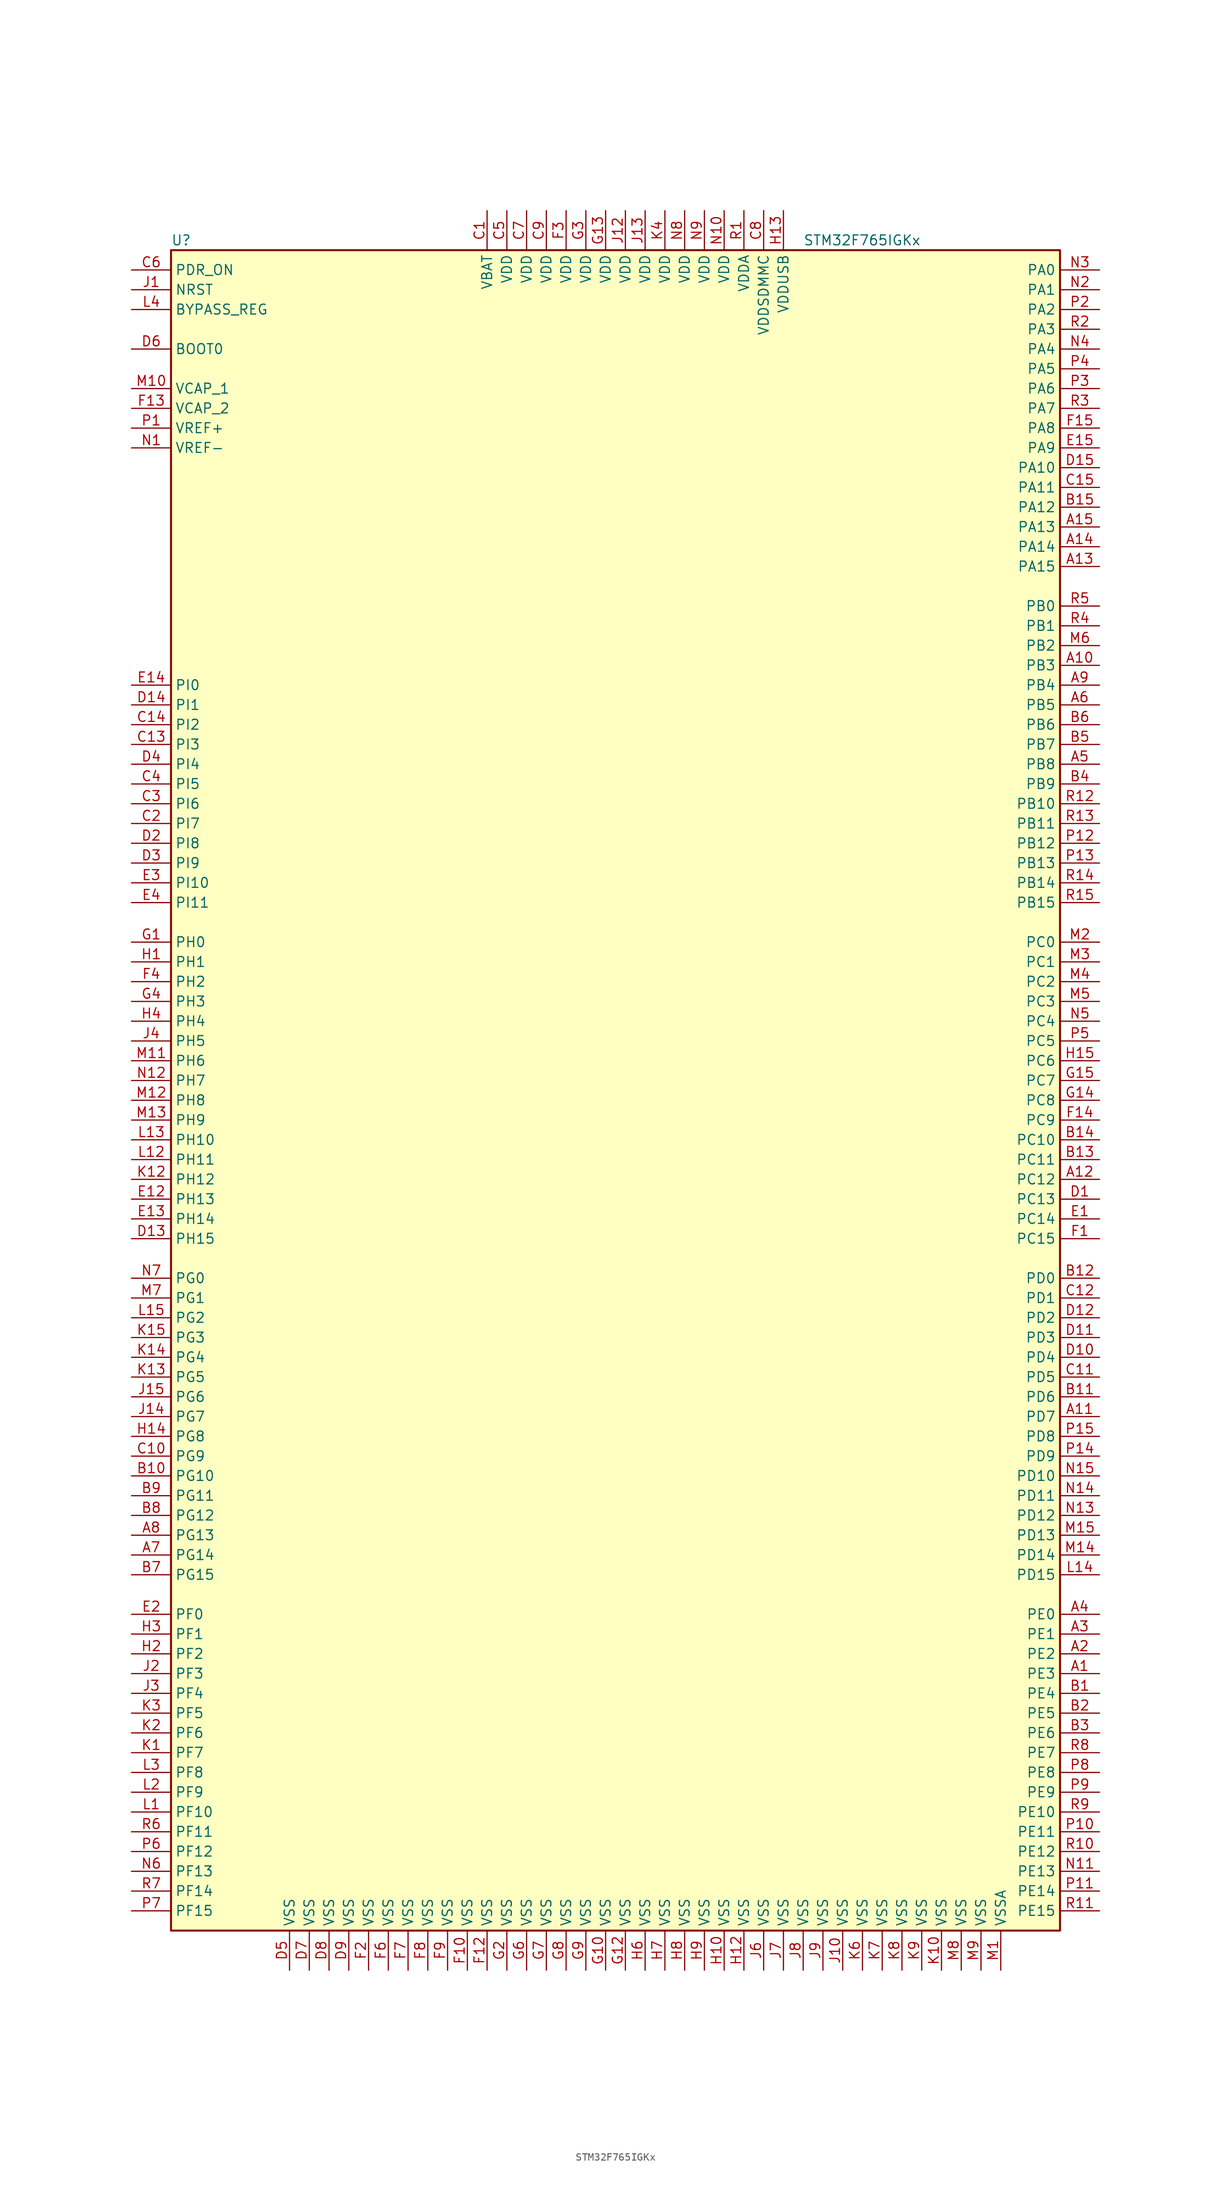
<source format=kicad_sym>
(kicad_symbol_lib
  (version 20201005)
  (generator kicad_symbol_editor)
  (symbol "MCU_ST_STM32F7:STM32F765IGKx"
    (property "Reference" "U"
      (at -58.42 107.95 0)
      (effects (font (size 1.27 1.27)) (justify left)))
    (property "Value" "STM32F765IGKx"
      (at 22.86 107.95 0)
      (effects (font (size 1.27 1.27)) (justify left)))
    (symbol "STM32F765IGKx_0_1"
      (rectangle (start -58.42 -109.22) (end 55.88 106.68) (stroke (width 0.254)) (fill (type background))))
    (symbol "STM32F765IGKx_1_1"
      (pin input line (at -63.5 93.98 0) (length 5.08) (name "BOOT0" (effects (font (size 1.27 1.27)))) (number "D6" (effects (font (size 1.27 1.27)))))
      (pin input line (at -63.5 99.06 0) (length 5.08) (name "BYPASS_REG" (effects (font (size 1.27 1.27)))) (number "L4" (effects (font (size 1.27 1.27)))))
      (pin input line (at -63.5 101.6 0) (length 5.08) (name "NRST" (effects (font (size 1.27 1.27)))) (number "J1" (effects (font (size 1.27 1.27)))))
      (pin bidirectional line (at 60.96 104.14 180) (length 5.08) (name "PA0" (effects (font (size 1.27 1.27)))) (number "N3" (effects (font (size 1.27 1.27)))))
      (pin bidirectional line (at 60.96 101.6 180) (length 5.08) (name "PA1" (effects (font (size 1.27 1.27)))) (number "N2" (effects (font (size 1.27 1.27)))))
      (pin bidirectional line (at 60.96 78.74 180) (length 5.08) (name "PA10" (effects (font (size 1.27 1.27)))) (number "D15" (effects (font (size 1.27 1.27)))))
      (pin bidirectional line (at 60.96 76.2 180) (length 5.08) (name "PA11" (effects (font (size 1.27 1.27)))) (number "C15" (effects (font (size 1.27 1.27)))))
      (pin bidirectional line (at 60.96 73.66 180) (length 5.08) (name "PA12" (effects (font (size 1.27 1.27)))) (number "B15" (effects (font (size 1.27 1.27)))))
      (pin bidirectional line (at 60.96 71.12 180) (length 5.08) (name "PA13" (effects (font (size 1.27 1.27)))) (number "A15" (effects (font (size 1.27 1.27)))))
      (pin bidirectional line (at 60.96 68.58 180) (length 5.08) (name "PA14" (effects (font (size 1.27 1.27)))) (number "A14" (effects (font (size 1.27 1.27)))))
      (pin bidirectional line (at 60.96 66.04 180) (length 5.08) (name "PA15" (effects (font (size 1.27 1.27)))) (number "A13" (effects (font (size 1.27 1.27)))))
      (pin bidirectional line (at 60.96 99.06 180) (length 5.08) (name "PA2" (effects (font (size 1.27 1.27)))) (number "P2" (effects (font (size 1.27 1.27)))))
      (pin bidirectional line (at 60.96 96.52 180) (length 5.08) (name "PA3" (effects (font (size 1.27 1.27)))) (number "R2" (effects (font (size 1.27 1.27)))))
      (pin bidirectional line (at 60.96 93.98 180) (length 5.08) (name "PA4" (effects (font (size 1.27 1.27)))) (number "N4" (effects (font (size 1.27 1.27)))))
      (pin bidirectional line (at 60.96 91.44 180) (length 5.08) (name "PA5" (effects (font (size 1.27 1.27)))) (number "P4" (effects (font (size 1.27 1.27)))))
      (pin bidirectional line (at 60.96 88.9 180) (length 5.08) (name "PA6" (effects (font (size 1.27 1.27)))) (number "P3" (effects (font (size 1.27 1.27)))))
      (pin bidirectional line (at 60.96 86.36 180) (length 5.08) (name "PA7" (effects (font (size 1.27 1.27)))) (number "R3" (effects (font (size 1.27 1.27)))))
      (pin bidirectional line (at 60.96 83.82 180) (length 5.08) (name "PA8" (effects (font (size 1.27 1.27)))) (number "F15" (effects (font (size 1.27 1.27)))))
      (pin bidirectional line (at 60.96 81.28 180) (length 5.08) (name "PA9" (effects (font (size 1.27 1.27)))) (number "E15" (effects (font (size 1.27 1.27)))))
      (pin bidirectional line (at 60.96 60.96 180) (length 5.08) (name "PB0" (effects (font (size 1.27 1.27)))) (number "R5" (effects (font (size 1.27 1.27)))))
      (pin bidirectional line (at 60.96 58.42 180) (length 5.08) (name "PB1" (effects (font (size 1.27 1.27)))) (number "R4" (effects (font (size 1.27 1.27)))))
      (pin bidirectional line (at 60.96 35.56 180) (length 5.08) (name "PB10" (effects (font (size 1.27 1.27)))) (number "R12" (effects (font (size 1.27 1.27)))))
      (pin bidirectional line (at 60.96 33.02 180) (length 5.08) (name "PB11" (effects (font (size 1.27 1.27)))) (number "R13" (effects (font (size 1.27 1.27)))))
      (pin bidirectional line (at 60.96 30.48 180) (length 5.08) (name "PB12" (effects (font (size 1.27 1.27)))) (number "P12" (effects (font (size 1.27 1.27)))))
      (pin bidirectional line (at 60.96 27.94 180) (length 5.08) (name "PB13" (effects (font (size 1.27 1.27)))) (number "P13" (effects (font (size 1.27 1.27)))))
      (pin bidirectional line (at 60.96 25.4 180) (length 5.08) (name "PB14" (effects (font (size 1.27 1.27)))) (number "R14" (effects (font (size 1.27 1.27)))))
      (pin bidirectional line (at 60.96 22.86 180) (length 5.08) (name "PB15" (effects (font (size 1.27 1.27)))) (number "R15" (effects (font (size 1.27 1.27)))))
      (pin bidirectional line (at 60.96 55.88 180) (length 5.08) (name "PB2" (effects (font (size 1.27 1.27)))) (number "M6" (effects (font (size 1.27 1.27)))))
      (pin bidirectional line (at 60.96 53.34 180) (length 5.08) (name "PB3" (effects (font (size 1.27 1.27)))) (number "A10" (effects (font (size 1.27 1.27)))))
      (pin bidirectional line (at 60.96 50.8 180) (length 5.08) (name "PB4" (effects (font (size 1.27 1.27)))) (number "A9" (effects (font (size 1.27 1.27)))))
      (pin bidirectional line (at 60.96 48.26 180) (length 5.08) (name "PB5" (effects (font (size 1.27 1.27)))) (number "A6" (effects (font (size 1.27 1.27)))))
      (pin bidirectional line (at 60.96 45.72 180) (length 5.08) (name "PB6" (effects (font (size 1.27 1.27)))) (number "B6" (effects (font (size 1.27 1.27)))))
      (pin bidirectional line (at 60.96 43.18 180) (length 5.08) (name "PB7" (effects (font (size 1.27 1.27)))) (number "B5" (effects (font (size 1.27 1.27)))))
      (pin bidirectional line (at 60.96 40.64 180) (length 5.08) (name "PB8" (effects (font (size 1.27 1.27)))) (number "A5" (effects (font (size 1.27 1.27)))))
      (pin bidirectional line (at 60.96 38.1 180) (length 5.08) (name "PB9" (effects (font (size 1.27 1.27)))) (number "B4" (effects (font (size 1.27 1.27)))))
      (pin bidirectional line (at 60.96 17.78 180) (length 5.08) (name "PC0" (effects (font (size 1.27 1.27)))) (number "M2" (effects (font (size 1.27 1.27)))))
      (pin bidirectional line (at 60.96 15.24 180) (length 5.08) (name "PC1" (effects (font (size 1.27 1.27)))) (number "M3" (effects (font (size 1.27 1.27)))))
      (pin bidirectional line (at 60.96 -7.62 180) (length 5.08) (name "PC10" (effects (font (size 1.27 1.27)))) (number "B14" (effects (font (size 1.27 1.27)))))
      (pin bidirectional line (at 60.96 -10.16 180) (length 5.08) (name "PC11" (effects (font (size 1.27 1.27)))) (number "B13" (effects (font (size 1.27 1.27)))))
      (pin bidirectional line (at 60.96 -12.7 180) (length 5.08) (name "PC12" (effects (font (size 1.27 1.27)))) (number "A12" (effects (font (size 1.27 1.27)))))
      (pin bidirectional line (at 60.96 -15.24 180) (length 5.08) (name "PC13" (effects (font (size 1.27 1.27)))) (number "D1" (effects (font (size 1.27 1.27)))))
      (pin bidirectional line (at 60.96 -17.78 180) (length 5.08) (name "PC14" (effects (font (size 1.27 1.27)))) (number "E1" (effects (font (size 1.27 1.27)))))
      (pin bidirectional line (at 60.96 -20.32 180) (length 5.08) (name "PC15" (effects (font (size 1.27 1.27)))) (number "F1" (effects (font (size 1.27 1.27)))))
      (pin bidirectional line (at 60.96 12.7 180) (length 5.08) (name "PC2" (effects (font (size 1.27 1.27)))) (number "M4" (effects (font (size 1.27 1.27)))))
      (pin bidirectional line (at 60.96 10.16 180) (length 5.08) (name "PC3" (effects (font (size 1.27 1.27)))) (number "M5" (effects (font (size 1.27 1.27)))))
      (pin bidirectional line (at 60.96 7.62 180) (length 5.08) (name "PC4" (effects (font (size 1.27 1.27)))) (number "N5" (effects (font (size 1.27 1.27)))))
      (pin bidirectional line (at 60.96 5.08 180) (length 5.08) (name "PC5" (effects (font (size 1.27 1.27)))) (number "P5" (effects (font (size 1.27 1.27)))))
      (pin bidirectional line (at 60.96 2.54 180) (length 5.08) (name "PC6" (effects (font (size 1.27 1.27)))) (number "H15" (effects (font (size 1.27 1.27)))))
      (pin bidirectional line (at 60.96 0 180) (length 5.08) (name "PC7" (effects (font (size 1.27 1.27)))) (number "G15" (effects (font (size 1.27 1.27)))))
      (pin bidirectional line (at 60.96 -2.54 180) (length 5.08) (name "PC8" (effects (font (size 1.27 1.27)))) (number "G14" (effects (font (size 1.27 1.27)))))
      (pin bidirectional line (at 60.96 -5.08 180) (length 5.08) (name "PC9" (effects (font (size 1.27 1.27)))) (number "F14" (effects (font (size 1.27 1.27)))))
      (pin bidirectional line (at 60.96 -25.4 180) (length 5.08) (name "PD0" (effects (font (size 1.27 1.27)))) (number "B12" (effects (font (size 1.27 1.27)))))
      (pin bidirectional line (at 60.96 -27.94 180) (length 5.08) (name "PD1" (effects (font (size 1.27 1.27)))) (number "C12" (effects (font (size 1.27 1.27)))))
      (pin bidirectional line (at 60.96 -50.8 180) (length 5.08) (name "PD10" (effects (font (size 1.27 1.27)))) (number "N15" (effects (font (size 1.27 1.27)))))
      (pin bidirectional line (at 60.96 -53.34 180) (length 5.08) (name "PD11" (effects (font (size 1.27 1.27)))) (number "N14" (effects (font (size 1.27 1.27)))))
      (pin bidirectional line (at 60.96 -55.88 180) (length 5.08) (name "PD12" (effects (font (size 1.27 1.27)))) (number "N13" (effects (font (size 1.27 1.27)))))
      (pin bidirectional line (at 60.96 -58.42 180) (length 5.08) (name "PD13" (effects (font (size 1.27 1.27)))) (number "M15" (effects (font (size 1.27 1.27)))))
      (pin bidirectional line (at 60.96 -60.96 180) (length 5.08) (name "PD14" (effects (font (size 1.27 1.27)))) (number "M14" (effects (font (size 1.27 1.27)))))
      (pin bidirectional line (at 60.96 -63.5 180) (length 5.08) (name "PD15" (effects (font (size 1.27 1.27)))) (number "L14" (effects (font (size 1.27 1.27)))))
      (pin bidirectional line (at 60.96 -30.48 180) (length 5.08) (name "PD2" (effects (font (size 1.27 1.27)))) (number "D12" (effects (font (size 1.27 1.27)))))
      (pin bidirectional line (at 60.96 -33.02 180) (length 5.08) (name "PD3" (effects (font (size 1.27 1.27)))) (number "D11" (effects (font (size 1.27 1.27)))))
      (pin bidirectional line (at 60.96 -35.56 180) (length 5.08) (name "PD4" (effects (font (size 1.27 1.27)))) (number "D10" (effects (font (size 1.27 1.27)))))
      (pin bidirectional line (at 60.96 -38.1 180) (length 5.08) (name "PD5" (effects (font (size 1.27 1.27)))) (number "C11" (effects (font (size 1.27 1.27)))))
      (pin bidirectional line (at 60.96 -40.64 180) (length 5.08) (name "PD6" (effects (font (size 1.27 1.27)))) (number "B11" (effects (font (size 1.27 1.27)))))
      (pin bidirectional line (at 60.96 -43.18 180) (length 5.08) (name "PD7" (effects (font (size 1.27 1.27)))) (number "A11" (effects (font (size 1.27 1.27)))))
      (pin bidirectional line (at 60.96 -45.72 180) (length 5.08) (name "PD8" (effects (font (size 1.27 1.27)))) (number "P15" (effects (font (size 1.27 1.27)))))
      (pin bidirectional line (at 60.96 -48.26 180) (length 5.08) (name "PD9" (effects (font (size 1.27 1.27)))) (number "P14" (effects (font (size 1.27 1.27)))))
      (pin input line (at -63.5 104.14 0) (length 5.08) (name "PDR_ON" (effects (font (size 1.27 1.27)))) (number "C6" (effects (font (size 1.27 1.27)))))
      (pin bidirectional line (at 60.96 -68.58 180) (length 5.08) (name "PE0" (effects (font (size 1.27 1.27)))) (number "A4" (effects (font (size 1.27 1.27)))))
      (pin bidirectional line (at 60.96 -71.12 180) (length 5.08) (name "PE1" (effects (font (size 1.27 1.27)))) (number "A3" (effects (font (size 1.27 1.27)))))
      (pin bidirectional line (at 60.96 -93.98 180) (length 5.08) (name "PE10" (effects (font (size 1.27 1.27)))) (number "R9" (effects (font (size 1.27 1.27)))))
      (pin bidirectional line (at 60.96 -96.52 180) (length 5.08) (name "PE11" (effects (font (size 1.27 1.27)))) (number "P10" (effects (font (size 1.27 1.27)))))
      (pin bidirectional line (at 60.96 -99.06 180) (length 5.08) (name "PE12" (effects (font (size 1.27 1.27)))) (number "R10" (effects (font (size 1.27 1.27)))))
      (pin bidirectional line (at 60.96 -101.6 180) (length 5.08) (name "PE13" (effects (font (size 1.27 1.27)))) (number "N11" (effects (font (size 1.27 1.27)))))
      (pin bidirectional line (at 60.96 -104.14 180) (length 5.08) (name "PE14" (effects (font (size 1.27 1.27)))) (number "P11" (effects (font (size 1.27 1.27)))))
      (pin bidirectional line (at 60.96 -106.68 180) (length 5.08) (name "PE15" (effects (font (size 1.27 1.27)))) (number "R11" (effects (font (size 1.27 1.27)))))
      (pin bidirectional line (at 60.96 -73.66 180) (length 5.08) (name "PE2" (effects (font (size 1.27 1.27)))) (number "A2" (effects (font (size 1.27 1.27)))))
      (pin bidirectional line (at 60.96 -76.2 180) (length 5.08) (name "PE3" (effects (font (size 1.27 1.27)))) (number "A1" (effects (font (size 1.27 1.27)))))
      (pin bidirectional line (at 60.96 -78.74 180) (length 5.08) (name "PE4" (effects (font (size 1.27 1.27)))) (number "B1" (effects (font (size 1.27 1.27)))))
      (pin bidirectional line (at 60.96 -81.28 180) (length 5.08) (name "PE5" (effects (font (size 1.27 1.27)))) (number "B2" (effects (font (size 1.27 1.27)))))
      (pin bidirectional line (at 60.96 -83.82 180) (length 5.08) (name "PE6" (effects (font (size 1.27 1.27)))) (number "B3" (effects (font (size 1.27 1.27)))))
      (pin bidirectional line (at 60.96 -86.36 180) (length 5.08) (name "PE7" (effects (font (size 1.27 1.27)))) (number "R8" (effects (font (size 1.27 1.27)))))
      (pin bidirectional line (at 60.96 -88.9 180) (length 5.08) (name "PE8" (effects (font (size 1.27 1.27)))) (number "P8" (effects (font (size 1.27 1.27)))))
      (pin bidirectional line (at 60.96 -91.44 180) (length 5.08) (name "PE9" (effects (font (size 1.27 1.27)))) (number "P9" (effects (font (size 1.27 1.27)))))
      (pin bidirectional line (at -63.5 -68.58 0) (length 5.08) (name "PF0" (effects (font (size 1.27 1.27)))) (number "E2" (effects (font (size 1.27 1.27)))))
      (pin bidirectional line (at -63.5 -71.12 0) (length 5.08) (name "PF1" (effects (font (size 1.27 1.27)))) (number "H3" (effects (font (size 1.27 1.27)))))
      (pin bidirectional line (at -63.5 -93.98 0) (length 5.08) (name "PF10" (effects (font (size 1.27 1.27)))) (number "L1" (effects (font (size 1.27 1.27)))))
      (pin bidirectional line (at -63.5 -96.52 0) (length 5.08) (name "PF11" (effects (font (size 1.27 1.27)))) (number "R6" (effects (font (size 1.27 1.27)))))
      (pin bidirectional line (at -63.5 -99.06 0) (length 5.08) (name "PF12" (effects (font (size 1.27 1.27)))) (number "P6" (effects (font (size 1.27 1.27)))))
      (pin bidirectional line (at -63.5 -101.6 0) (length 5.08) (name "PF13" (effects (font (size 1.27 1.27)))) (number "N6" (effects (font (size 1.27 1.27)))))
      (pin bidirectional line (at -63.5 -104.14 0) (length 5.08) (name "PF14" (effects (font (size 1.27 1.27)))) (number "R7" (effects (font (size 1.27 1.27)))))
      (pin bidirectional line (at -63.5 -106.68 0) (length 5.08) (name "PF15" (effects (font (size 1.27 1.27)))) (number "P7" (effects (font (size 1.27 1.27)))))
      (pin bidirectional line (at -63.5 -73.66 0) (length 5.08) (name "PF2" (effects (font (size 1.27 1.27)))) (number "H2" (effects (font (size 1.27 1.27)))))
      (pin bidirectional line (at -63.5 -76.2 0) (length 5.08) (name "PF3" (effects (font (size 1.27 1.27)))) (number "J2" (effects (font (size 1.27 1.27)))))
      (pin bidirectional line (at -63.5 -78.74 0) (length 5.08) (name "PF4" (effects (font (size 1.27 1.27)))) (number "J3" (effects (font (size 1.27 1.27)))))
      (pin bidirectional line (at -63.5 -81.28 0) (length 5.08) (name "PF5" (effects (font (size 1.27 1.27)))) (number "K3" (effects (font (size 1.27 1.27)))))
      (pin bidirectional line (at -63.5 -83.82 0) (length 5.08) (name "PF6" (effects (font (size 1.27 1.27)))) (number "K2" (effects (font (size 1.27 1.27)))))
      (pin bidirectional line (at -63.5 -86.36 0) (length 5.08) (name "PF7" (effects (font (size 1.27 1.27)))) (number "K1" (effects (font (size 1.27 1.27)))))
      (pin bidirectional line (at -63.5 -88.9 0) (length 5.08) (name "PF8" (effects (font (size 1.27 1.27)))) (number "L3" (effects (font (size 1.27 1.27)))))
      (pin bidirectional line (at -63.5 -91.44 0) (length 5.08) (name "PF9" (effects (font (size 1.27 1.27)))) (number "L2" (effects (font (size 1.27 1.27)))))
      (pin bidirectional line (at -63.5 -25.4 0) (length 5.08) (name "PG0" (effects (font (size 1.27 1.27)))) (number "N7" (effects (font (size 1.27 1.27)))))
      (pin bidirectional line (at -63.5 -27.94 0) (length 5.08) (name "PG1" (effects (font (size 1.27 1.27)))) (number "M7" (effects (font (size 1.27 1.27)))))
      (pin bidirectional line (at -63.5 -50.8 0) (length 5.08) (name "PG10" (effects (font (size 1.27 1.27)))) (number "B10" (effects (font (size 1.27 1.27)))))
      (pin bidirectional line (at -63.5 -53.34 0) (length 5.08) (name "PG11" (effects (font (size 1.27 1.27)))) (number "B9" (effects (font (size 1.27 1.27)))))
      (pin bidirectional line (at -63.5 -55.88 0) (length 5.08) (name "PG12" (effects (font (size 1.27 1.27)))) (number "B8" (effects (font (size 1.27 1.27)))))
      (pin bidirectional line (at -63.5 -58.42 0) (length 5.08) (name "PG13" (effects (font (size 1.27 1.27)))) (number "A8" (effects (font (size 1.27 1.27)))))
      (pin bidirectional line (at -63.5 -60.96 0) (length 5.08) (name "PG14" (effects (font (size 1.27 1.27)))) (number "A7" (effects (font (size 1.27 1.27)))))
      (pin bidirectional line (at -63.5 -63.5 0) (length 5.08) (name "PG15" (effects (font (size 1.27 1.27)))) (number "B7" (effects (font (size 1.27 1.27)))))
      (pin bidirectional line (at -63.5 -30.48 0) (length 5.08) (name "PG2" (effects (font (size 1.27 1.27)))) (number "L15" (effects (font (size 1.27 1.27)))))
      (pin bidirectional line (at -63.5 -33.02 0) (length 5.08) (name "PG3" (effects (font (size 1.27 1.27)))) (number "K15" (effects (font (size 1.27 1.27)))))
      (pin bidirectional line (at -63.5 -35.56 0) (length 5.08) (name "PG4" (effects (font (size 1.27 1.27)))) (number "K14" (effects (font (size 1.27 1.27)))))
      (pin bidirectional line (at -63.5 -38.1 0) (length 5.08) (name "PG5" (effects (font (size 1.27 1.27)))) (number "K13" (effects (font (size 1.27 1.27)))))
      (pin bidirectional line (at -63.5 -40.64 0) (length 5.08) (name "PG6" (effects (font (size 1.27 1.27)))) (number "J15" (effects (font (size 1.27 1.27)))))
      (pin bidirectional line (at -63.5 -43.18 0) (length 5.08) (name "PG7" (effects (font (size 1.27 1.27)))) (number "J14" (effects (font (size 1.27 1.27)))))
      (pin bidirectional line (at -63.5 -45.72 0) (length 5.08) (name "PG8" (effects (font (size 1.27 1.27)))) (number "H14" (effects (font (size 1.27 1.27)))))
      (pin bidirectional line (at -63.5 -48.26 0) (length 5.08) (name "PG9" (effects (font (size 1.27 1.27)))) (number "C10" (effects (font (size 1.27 1.27)))))
      (pin input line (at -63.5 17.78 0) (length 5.08) (name "PH0" (effects (font (size 1.27 1.27)))) (number "G1" (effects (font (size 1.27 1.27)))))
      (pin input line (at -63.5 15.24 0) (length 5.08) (name "PH1" (effects (font (size 1.27 1.27)))) (number "H1" (effects (font (size 1.27 1.27)))))
      (pin bidirectional line (at -63.5 -7.62 0) (length 5.08) (name "PH10" (effects (font (size 1.27 1.27)))) (number "L13" (effects (font (size 1.27 1.27)))))
      (pin bidirectional line (at -63.5 -10.16 0) (length 5.08) (name "PH11" (effects (font (size 1.27 1.27)))) (number "L12" (effects (font (size 1.27 1.27)))))
      (pin bidirectional line (at -63.5 -12.7 0) (length 5.08) (name "PH12" (effects (font (size 1.27 1.27)))) (number "K12" (effects (font (size 1.27 1.27)))))
      (pin bidirectional line (at -63.5 -15.24 0) (length 5.08) (name "PH13" (effects (font (size 1.27 1.27)))) (number "E12" (effects (font (size 1.27 1.27)))))
      (pin bidirectional line (at -63.5 -17.78 0) (length 5.08) (name "PH14" (effects (font (size 1.27 1.27)))) (number "E13" (effects (font (size 1.27 1.27)))))
      (pin bidirectional line (at -63.5 -20.32 0) (length 5.08) (name "PH15" (effects (font (size 1.27 1.27)))) (number "D13" (effects (font (size 1.27 1.27)))))
      (pin bidirectional line (at -63.5 12.7 0) (length 5.08) (name "PH2" (effects (font (size 1.27 1.27)))) (number "F4" (effects (font (size 1.27 1.27)))))
      (pin bidirectional line (at -63.5 10.16 0) (length 5.08) (name "PH3" (effects (font (size 1.27 1.27)))) (number "G4" (effects (font (size 1.27 1.27)))))
      (pin bidirectional line (at -63.5 7.62 0) (length 5.08) (name "PH4" (effects (font (size 1.27 1.27)))) (number "H4" (effects (font (size 1.27 1.27)))))
      (pin bidirectional line (at -63.5 5.08 0) (length 5.08) (name "PH5" (effects (font (size 1.27 1.27)))) (number "J4" (effects (font (size 1.27 1.27)))))
      (pin bidirectional line (at -63.5 2.54 0) (length 5.08) (name "PH6" (effects (font (size 1.27 1.27)))) (number "M11" (effects (font (size 1.27 1.27)))))
      (pin bidirectional line (at -63.5 0 0) (length 5.08) (name "PH7" (effects (font (size 1.27 1.27)))) (number "N12" (effects (font (size 1.27 1.27)))))
      (pin bidirectional line (at -63.5 -2.54 0) (length 5.08) (name "PH8" (effects (font (size 1.27 1.27)))) (number "M12" (effects (font (size 1.27 1.27)))))
      (pin bidirectional line (at -63.5 -5.08 0) (length 5.08) (name "PH9" (effects (font (size 1.27 1.27)))) (number "M13" (effects (font (size 1.27 1.27)))))
      (pin bidirectional line (at -63.5 50.8 0) (length 5.08) (name "PI0" (effects (font (size 1.27 1.27)))) (number "E14" (effects (font (size 1.27 1.27)))))
      (pin bidirectional line (at -63.5 48.26 0) (length 5.08) (name "PI1" (effects (font (size 1.27 1.27)))) (number "D14" (effects (font (size 1.27 1.27)))))
      (pin bidirectional line (at -63.5 25.4 0) (length 5.08) (name "PI10" (effects (font (size 1.27 1.27)))) (number "E3" (effects (font (size 1.27 1.27)))))
      (pin bidirectional line (at -63.5 22.86 0) (length 5.08) (name "PI11" (effects (font (size 1.27 1.27)))) (number "E4" (effects (font (size 1.27 1.27)))))
      (pin bidirectional line (at -63.5 45.72 0) (length 5.08) (name "PI2" (effects (font (size 1.27 1.27)))) (number "C14" (effects (font (size 1.27 1.27)))))
      (pin bidirectional line (at -63.5 43.18 0) (length 5.08) (name "PI3" (effects (font (size 1.27 1.27)))) (number "C13" (effects (font (size 1.27 1.27)))))
      (pin bidirectional line (at -63.5 40.64 0) (length 5.08) (name "PI4" (effects (font (size 1.27 1.27)))) (number "D4" (effects (font (size 1.27 1.27)))))
      (pin bidirectional line (at -63.5 38.1 0) (length 5.08) (name "PI5" (effects (font (size 1.27 1.27)))) (number "C4" (effects (font (size 1.27 1.27)))))
      (pin bidirectional line (at -63.5 35.56 0) (length 5.08) (name "PI6" (effects (font (size 1.27 1.27)))) (number "C3" (effects (font (size 1.27 1.27)))))
      (pin bidirectional line (at -63.5 33.02 0) (length 5.08) (name "PI7" (effects (font (size 1.27 1.27)))) (number "C2" (effects (font (size 1.27 1.27)))))
      (pin bidirectional line (at -63.5 30.48 0) (length 5.08) (name "PI8" (effects (font (size 1.27 1.27)))) (number "D2" (effects (font (size 1.27 1.27)))))
      (pin bidirectional line (at -63.5 27.94 0) (length 5.08) (name "PI9" (effects (font (size 1.27 1.27)))) (number "D3" (effects (font (size 1.27 1.27)))))
      (pin power_in line (at -17.78 111.76 270) (length 5.08) (name "VBAT" (effects (font (size 1.27 1.27)))) (number "C1" (effects (font (size 1.27 1.27)))))
      (pin power_in line (at -63.5 88.9 0) (length 5.08) (name "VCAP_1" (effects (font (size 1.27 1.27)))) (number "M10" (effects (font (size 1.27 1.27)))))
      (pin power_in line (at -63.5 86.36 0) (length 5.08) (name "VCAP_2" (effects (font (size 1.27 1.27)))) (number "F13" (effects (font (size 1.27 1.27)))))
      (pin power_in line (at -15.24 111.76 270) (length 5.08) (name "VDD" (effects (font (size 1.27 1.27)))) (number "C5" (effects (font (size 1.27 1.27)))))
      (pin power_in line (at -12.7 111.76 270) (length 5.08) (name "VDD" (effects (font (size 1.27 1.27)))) (number "C7" (effects (font (size 1.27 1.27)))))
      (pin power_in line (at -10.16 111.76 270) (length 5.08) (name "VDD" (effects (font (size 1.27 1.27)))) (number "C9" (effects (font (size 1.27 1.27)))))
      (pin power_in line (at -7.62 111.76 270) (length 5.08) (name "VDD" (effects (font (size 1.27 1.27)))) (number "F3" (effects (font (size 1.27 1.27)))))
      (pin power_in line (at -2.54 111.76 270) (length 5.08) (name "VDD" (effects (font (size 1.27 1.27)))) (number "G13" (effects (font (size 1.27 1.27)))))
      (pin power_in line (at -5.08 111.76 270) (length 5.08) (name "VDD" (effects (font (size 1.27 1.27)))) (number "G3" (effects (font (size 1.27 1.27)))))
      (pin power_in line (at 0 111.76 270) (length 5.08) (name "VDD" (effects (font (size 1.27 1.27)))) (number "J12" (effects (font (size 1.27 1.27)))))
      (pin power_in line (at 2.54 111.76 270) (length 5.08) (name "VDD" (effects (font (size 1.27 1.27)))) (number "J13" (effects (font (size 1.27 1.27)))))
      (pin power_in line (at 5.08 111.76 270) (length 5.08) (name "VDD" (effects (font (size 1.27 1.27)))) (number "K4" (effects (font (size 1.27 1.27)))))
      (pin power_in line (at 12.7 111.76 270) (length 5.08) (name "VDD" (effects (font (size 1.27 1.27)))) (number "N10" (effects (font (size 1.27 1.27)))))
      (pin power_in line (at 7.62 111.76 270) (length 5.08) (name "VDD" (effects (font (size 1.27 1.27)))) (number "N8" (effects (font (size 1.27 1.27)))))
      (pin power_in line (at 10.16 111.76 270) (length 5.08) (name "VDD" (effects (font (size 1.27 1.27)))) (number "N9" (effects (font (size 1.27 1.27)))))
      (pin power_in line (at 15.24 111.76 270) (length 5.08) (name "VDDA" (effects (font (size 1.27 1.27)))) (number "R1" (effects (font (size 1.27 1.27)))))
      (pin power_in line (at 17.78 111.76 270) (length 5.08) (name "VDDSDMMC" (effects (font (size 1.27 1.27)))) (number "C8" (effects (font (size 1.27 1.27)))))
      (pin power_in line (at 20.32 111.76 270) (length 5.08) (name "VDDUSB" (effects (font (size 1.27 1.27)))) (number "H13" (effects (font (size 1.27 1.27)))))
      (pin power_in line (at -63.5 83.82 0) (length 5.08) (name "VREF+" (effects (font (size 1.27 1.27)))) (number "P1" (effects (font (size 1.27 1.27)))))
      (pin power_in line (at -63.5 81.28 0) (length 5.08) (name "VREF-" (effects (font (size 1.27 1.27)))) (number "N1" (effects (font (size 1.27 1.27)))))
      (pin power_in line (at -43.18 -114.3 90) (length 5.08) (name "VSS" (effects (font (size 1.27 1.27)))) (number "D5" (effects (font (size 1.27 1.27)))))
      (pin power_in line (at -40.64 -114.3 90) (length 5.08) (name "VSS" (effects (font (size 1.27 1.27)))) (number "D7" (effects (font (size 1.27 1.27)))))
      (pin power_in line (at -38.1 -114.3 90) (length 5.08) (name "VSS" (effects (font (size 1.27 1.27)))) (number "D8" (effects (font (size 1.27 1.27)))))
      (pin power_in line (at -35.56 -114.3 90) (length 5.08) (name "VSS" (effects (font (size 1.27 1.27)))) (number "D9" (effects (font (size 1.27 1.27)))))
      (pin power_in line (at -20.32 -114.3 90) (length 5.08) (name "VSS" (effects (font (size 1.27 1.27)))) (number "F10" (effects (font (size 1.27 1.27)))))
      (pin power_in line (at -17.78 -114.3 90) (length 5.08) (name "VSS" (effects (font (size 1.27 1.27)))) (number "F12" (effects (font (size 1.27 1.27)))))
      (pin power_in line (at -33.02 -114.3 90) (length 5.08) (name "VSS" (effects (font (size 1.27 1.27)))) (number "F2" (effects (font (size 1.27 1.27)))))
      (pin power_in line (at -30.48 -114.3 90) (length 5.08) (name "VSS" (effects (font (size 1.27 1.27)))) (number "F6" (effects (font (size 1.27 1.27)))))
      (pin power_in line (at -27.94 -114.3 90) (length 5.08) (name "VSS" (effects (font (size 1.27 1.27)))) (number "F7" (effects (font (size 1.27 1.27)))))
      (pin power_in line (at -25.4 -114.3 90) (length 5.08) (name "VSS" (effects (font (size 1.27 1.27)))) (number "F8" (effects (font (size 1.27 1.27)))))
      (pin power_in line (at -22.86 -114.3 90) (length 5.08) (name "VSS" (effects (font (size 1.27 1.27)))) (number "F9" (effects (font (size 1.27 1.27)))))
      (pin power_in line (at -2.54 -114.3 90) (length 5.08) (name "VSS" (effects (font (size 1.27 1.27)))) (number "G10" (effects (font (size 1.27 1.27)))))
      (pin power_in line (at 0 -114.3 90) (length 5.08) (name "VSS" (effects (font (size 1.27 1.27)))) (number "G12" (effects (font (size 1.27 1.27)))))
      (pin power_in line (at -15.24 -114.3 90) (length 5.08) (name "VSS" (effects (font (size 1.27 1.27)))) (number "G2" (effects (font (size 1.27 1.27)))))
      (pin power_in line (at -12.7 -114.3 90) (length 5.08) (name "VSS" (effects (font (size 1.27 1.27)))) (number "G6" (effects (font (size 1.27 1.27)))))
      (pin power_in line (at -10.16 -114.3 90) (length 5.08) (name "VSS" (effects (font (size 1.27 1.27)))) (number "G7" (effects (font (size 1.27 1.27)))))
      (pin power_in line (at -7.62 -114.3 90) (length 5.08) (name "VSS" (effects (font (size 1.27 1.27)))) (number "G8" (effects (font (size 1.27 1.27)))))
      (pin power_in line (at -5.08 -114.3 90) (length 5.08) (name "VSS" (effects (font (size 1.27 1.27)))) (number "G9" (effects (font (size 1.27 1.27)))))
      (pin power_in line (at 12.7 -114.3 90) (length 5.08) (name "VSS" (effects (font (size 1.27 1.27)))) (number "H10" (effects (font (size 1.27 1.27)))))
      (pin power_in line (at 15.24 -114.3 90) (length 5.08) (name "VSS" (effects (font (size 1.27 1.27)))) (number "H12" (effects (font (size 1.27 1.27)))))
      (pin power_in line (at 2.54 -114.3 90) (length 5.08) (name "VSS" (effects (font (size 1.27 1.27)))) (number "H6" (effects (font (size 1.27 1.27)))))
      (pin power_in line (at 5.08 -114.3 90) (length 5.08) (name "VSS" (effects (font (size 1.27 1.27)))) (number "H7" (effects (font (size 1.27 1.27)))))
      (pin power_in line (at 7.62 -114.3 90) (length 5.08) (name "VSS" (effects (font (size 1.27 1.27)))) (number "H8" (effects (font (size 1.27 1.27)))))
      (pin power_in line (at 10.16 -114.3 90) (length 5.08) (name "VSS" (effects (font (size 1.27 1.27)))) (number "H9" (effects (font (size 1.27 1.27)))))
      (pin power_in line (at 27.94 -114.3 90) (length 5.08) (name "VSS" (effects (font (size 1.27 1.27)))) (number "J10" (effects (font (size 1.27 1.27)))))
      (pin power_in line (at 17.78 -114.3 90) (length 5.08) (name "VSS" (effects (font (size 1.27 1.27)))) (number "J6" (effects (font (size 1.27 1.27)))))
      (pin power_in line (at 20.32 -114.3 90) (length 5.08) (name "VSS" (effects (font (size 1.27 1.27)))) (number "J7" (effects (font (size 1.27 1.27)))))
      (pin power_in line (at 22.86 -114.3 90) (length 5.08) (name "VSS" (effects (font (size 1.27 1.27)))) (number "J8" (effects (font (size 1.27 1.27)))))
      (pin power_in line (at 25.4 -114.3 90) (length 5.08) (name "VSS" (effects (font (size 1.27 1.27)))) (number "J9" (effects (font (size 1.27 1.27)))))
      (pin power_in line (at 40.64 -114.3 90) (length 5.08) (name "VSS" (effects (font (size 1.27 1.27)))) (number "K10" (effects (font (size 1.27 1.27)))))
      (pin power_in line (at 30.48 -114.3 90) (length 5.08) (name "VSS" (effects (font (size 1.27 1.27)))) (number "K6" (effects (font (size 1.27 1.27)))))
      (pin power_in line (at 33.02 -114.3 90) (length 5.08) (name "VSS" (effects (font (size 1.27 1.27)))) (number "K7" (effects (font (size 1.27 1.27)))))
      (pin power_in line (at 35.56 -114.3 90) (length 5.08) (name "VSS" (effects (font (size 1.27 1.27)))) (number "K8" (effects (font (size 1.27 1.27)))))
      (pin power_in line (at 38.1 -114.3 90) (length 5.08) (name "VSS" (effects (font (size 1.27 1.27)))) (number "K9" (effects (font (size 1.27 1.27)))))
      (pin power_in line (at 43.18 -114.3 90) (length 5.08) (name "VSS" (effects (font (size 1.27 1.27)))) (number "M8" (effects (font (size 1.27 1.27)))))
      (pin power_in line (at 45.72 -114.3 90) (length 5.08) (name "VSS" (effects (font (size 1.27 1.27)))) (number "M9" (effects (font (size 1.27 1.27)))))
      (pin power_in line (at 48.26 -114.3 90) (length 5.08) (name "VSSA" (effects (font (size 1.27 1.27)))) (number "M1" (effects (font (size 1.27 1.27))))))))
</source>
